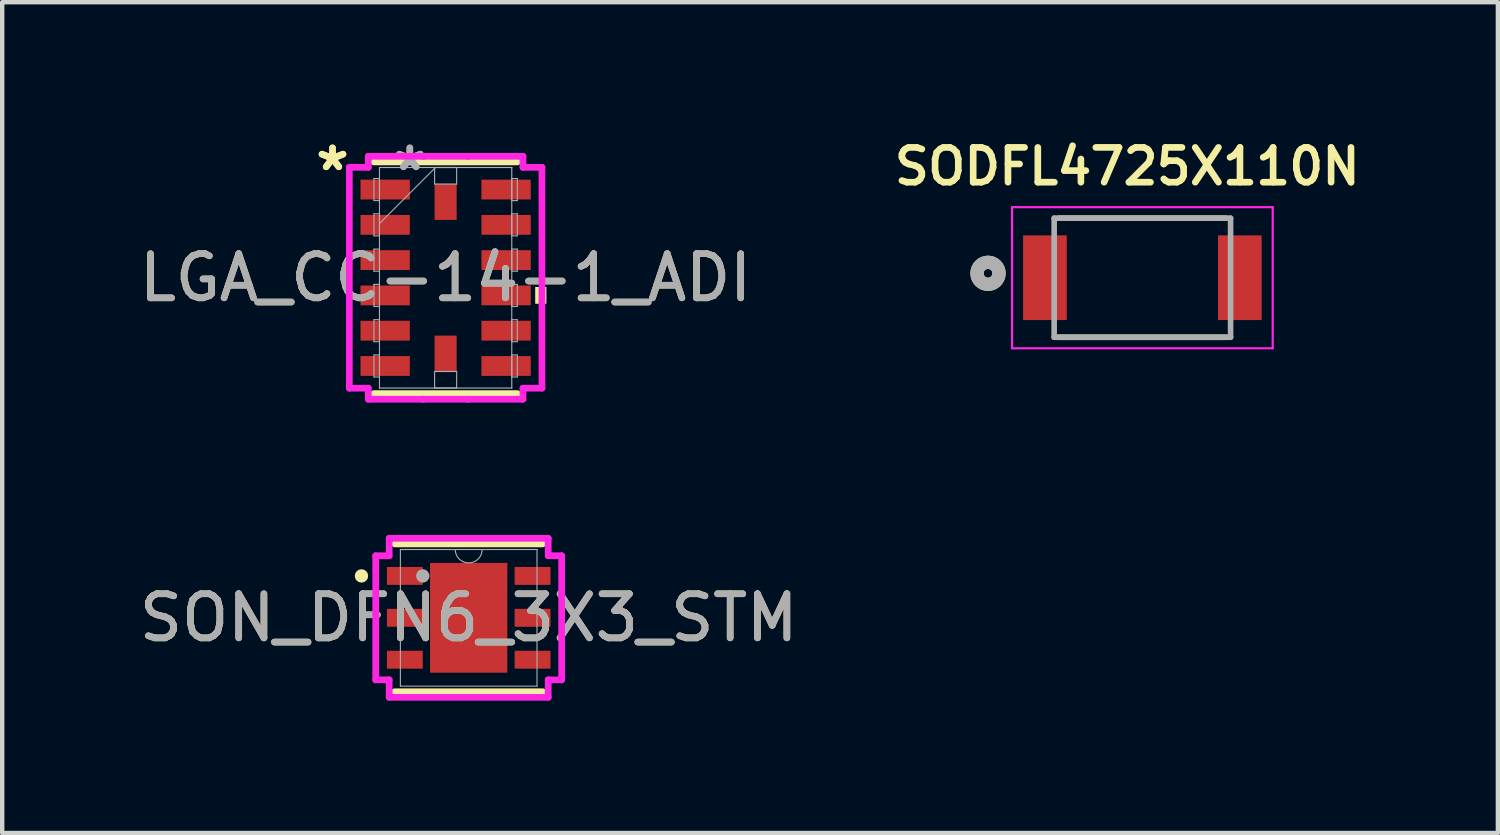
<source format=kicad_pcb>
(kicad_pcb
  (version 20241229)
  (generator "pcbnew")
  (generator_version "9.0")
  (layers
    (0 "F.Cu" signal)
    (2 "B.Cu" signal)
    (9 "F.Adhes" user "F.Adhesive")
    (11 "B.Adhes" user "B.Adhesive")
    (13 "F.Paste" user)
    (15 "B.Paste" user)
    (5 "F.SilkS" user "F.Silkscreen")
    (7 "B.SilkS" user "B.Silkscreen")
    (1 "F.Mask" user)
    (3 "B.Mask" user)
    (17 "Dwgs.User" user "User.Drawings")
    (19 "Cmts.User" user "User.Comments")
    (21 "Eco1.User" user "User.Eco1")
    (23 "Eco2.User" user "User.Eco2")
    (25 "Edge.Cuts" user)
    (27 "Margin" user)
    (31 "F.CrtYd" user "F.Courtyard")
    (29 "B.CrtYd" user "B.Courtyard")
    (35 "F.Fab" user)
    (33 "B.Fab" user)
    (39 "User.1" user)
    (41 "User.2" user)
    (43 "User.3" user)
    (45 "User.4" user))
  (footprint "LGA_CC-14-1_ADI"
    (layer "F.Cu")
    (at 7.054 3.248)
    (property "Reference" "LGA_CC-14-1_ADI" (at 0 0 0) (unlocked yes) (layer "F.SilkS") (effects (font (size 1 1) (thickness 0.15))))
    (attr smd)
    (fp_line (start -1.627 2.627) (end 1.627 2.627) (stroke (width 0.152) (type solid)) (layer "F.SilkS"))
    (fp_line (start 1.627 -2.627) (end -1.627 -2.627) (stroke (width 0.152) (type solid)) (layer "F.SilkS"))
    (fp_poly (pts (xy 2.285 0.209) (xy 2.285 0.59) (xy 2.031 0.59) (xy 2.031 0.209)) (stroke (width 0) (type solid)) (fill yes) (layer "F.SilkS"))
    (fp_line (start -2.184 -2.504) (end -1.754 -2.504) (stroke (width 0.152) (type solid)) (layer "F.CrtYd"))
    (fp_line (start -2.184 2.504) (end -2.184 -2.504) (stroke (width 0.152) (type solid)) (layer "F.CrtYd"))
    (fp_line (start -1.754 -2.754) (end -0.504 -2.754) (stroke (width 0.152) (type solid)) (layer "F.CrtYd"))
    (fp_line (start -1.754 -2.504) (end -1.754 -2.754) (stroke (width 0.152) (type solid)) (layer "F.CrtYd"))
    (fp_line (start -1.754 2.504) (end -2.184 2.504) (stroke (width 0.152) (type solid)) (layer "F.CrtYd"))
    (fp_line (start -1.754 2.754) (end -1.754 2.504) (stroke (width 0.152) (type solid)) (layer "F.CrtYd"))
    (fp_line (start -0.504 -2.754) (end -0.504 -2.754) (stroke (width 0.152) (type solid)) (layer "F.CrtYd"))
    (fp_line (start -0.504 -2.754) (end 0.504 -2.754) (stroke (width 0.152) (type solid)) (layer "F.CrtYd"))
    (fp_line (start -0.504 2.754) (end -1.754 2.754) (stroke (width 0.152) (type solid)) (layer "F.CrtYd"))
    (fp_line (start -0.504 2.754) (end -0.504 2.754) (stroke (width 0.152) (type solid)) (layer "F.CrtYd"))
    (fp_line (start 0.504 -2.754) (end 0.504 -2.754) (stroke (width 0.152) (type solid)) (layer "F.CrtYd"))
    (fp_line (start 0.504 -2.754) (end 1.754 -2.754) (stroke (width 0.152) (type solid)) (layer "F.CrtYd"))
    (fp_line (start 0.504 2.754) (end -0.504 2.754) (stroke (width 0.152) (type solid)) (layer "F.CrtYd"))
    (fp_line (start 0.504 2.754) (end 0.504 2.754) (stroke (width 0.152) (type solid)) (layer "F.CrtYd"))
    (fp_line (start 1.754 -2.754) (end 1.754 -2.504) (stroke (width 0.152) (type solid)) (layer "F.CrtYd"))
    (fp_line (start 1.754 -2.504) (end 2.184 -2.504) (stroke (width 0.152) (type solid)) (layer "F.CrtYd"))
    (fp_line (start 1.754 2.504) (end 1.754 2.754) (stroke (width 0.152) (type solid)) (layer "F.CrtYd"))
    (fp_line (start 1.754 2.754) (end 0.504 2.754) (stroke (width 0.152) (type solid)) (layer "F.CrtYd"))
    (fp_line (start 2.184 -2.504) (end 2.184 2.504) (stroke (width 0.152) (type solid)) (layer "F.CrtYd"))
    (fp_line (start 2.184 2.504) (end 1.754 2.504) (stroke (width 0.152) (type solid)) (layer "F.CrtYd"))
    (fp_line (start -1.625 -2.25) (end -1.625 -1.75) (stroke (width 0.025) (type solid)) (layer "F.Fab"))
    (fp_line (start -1.625 -1.75) (end -1.5 -1.75) (stroke (width 0.025) (type solid)) (layer "F.Fab"))
    (fp_line (start -1.625 -1.45) (end -1.625 -0.95) (stroke (width 0.025) (type solid)) (layer "F.Fab"))
    (fp_line (start -1.625 -0.95) (end -1.5 -0.95) (stroke (width 0.025) (type solid)) (layer "F.Fab"))
    (fp_line (start -1.625 -0.65) (end -1.625 -0.15) (stroke (width 0.025) (type solid)) (layer "F.Fab"))
    (fp_line (start -1.625 -0.15) (end -1.5 -0.15) (stroke (width 0.025) (type solid)) (layer "F.Fab"))
    (fp_line (start -1.625 0.15) (end -1.625 0.65) (stroke (width 0.025) (type solid)) (layer "F.Fab"))
    (fp_line (start -1.625 0.65) (end -1.5 0.65) (stroke (width 0.025) (type solid)) (layer "F.Fab"))
    (fp_line (start -1.625 0.95) (end -1.625 1.45) (stroke (width 0.025) (type solid)) (layer "F.Fab"))
    (fp_line (start -1.625 1.45) (end -1.5 1.45) (stroke (width 0.025) (type solid)) (layer "F.Fab"))
    (fp_line (start -1.625 1.75) (end -1.625 2.25) (stroke (width 0.025) (type solid)) (layer "F.Fab"))
    (fp_line (start -1.625 2.25) (end -1.5 2.25) (stroke (width 0.025) (type solid)) (layer "F.Fab"))
    (fp_line (start -1.5 -2.5) (end -1.5 -2.5) (stroke (width 0.025) (type solid)) (layer "F.Fab"))
    (fp_line (start -1.5 -2.5) (end -1.5 2.5) (stroke (width 0.025) (type solid)) (layer "F.Fab"))
    (fp_line (start -1.5 -2.25) (end -1.625 -2.25) (stroke (width 0.025) (type solid)) (layer "F.Fab"))
    (fp_line (start -1.5 -1.75) (end -1.5 -2.25) (stroke (width 0.025) (type solid)) (layer "F.Fab"))
    (fp_line (start -1.5 -1.45) (end -1.625 -1.45) (stroke (width 0.025) (type solid)) (layer "F.Fab"))
    (fp_line (start -1.5 -1.23) (end -0.23 -2.5) (stroke (width 0.025) (type solid)) (layer "F.Fab"))
    (fp_line (start -1.5 -0.95) (end -1.5 -1.45) (stroke (width 0.025) (type solid)) (layer "F.Fab"))
    (fp_line (start -1.5 -0.65) (end -1.625 -0.65) (stroke (width 0.025) (type solid)) (layer "F.Fab"))
    (fp_line (start -1.5 -0.15) (end -1.5 -0.65) (stroke (width 0.025) (type solid)) (layer "F.Fab"))
    (fp_line (start -1.5 0.15) (end -1.625 0.15) (stroke (width 0.025) (type solid)) (layer "F.Fab"))
    (fp_line (start -1.5 0.65) (end -1.5 0.15) (stroke (width 0.025) (type solid)) (layer "F.Fab"))
    (fp_line (start -1.5 0.95) (end -1.625 0.95) (stroke (width 0.025) (type solid)) (layer "F.Fab"))
    (fp_line (start -1.5 1.45) (end -1.5 0.95) (stroke (width 0.025) (type solid)) (layer "F.Fab"))
    (fp_line (start -1.5 1.75) (end -1.625 1.75) (stroke (width 0.025) (type solid)) (layer "F.Fab"))
    (fp_line (start -1.5 2.25) (end -1.5 1.75) (stroke (width 0.025) (type solid)) (layer "F.Fab"))
    (fp_line (start -1.5 2.5) (end -1.5 2.5) (stroke (width 0.025) (type solid)) (layer "F.Fab"))
    (fp_line (start -1.5 2.5) (end 1.5 2.5) (stroke (width 0.025) (type solid)) (layer "F.Fab"))
    (fp_line (start -0.25 -2.5) (end 0.25 -2.5) (stroke (width 0.025) (type solid)) (layer "F.Fab"))
    (fp_line (start -0.25 -2.125) (end -0.25 -2.5) (stroke (width 0.025) (type solid)) (layer "F.Fab"))
    (fp_line (start -0.25 2.125) (end 0.25 2.125) (stroke (width 0.025) (type solid)) (layer "F.Fab"))
    (fp_line (start -0.25 2.5) (end -0.25 2.125) (stroke (width 0.025) (type solid)) (layer "F.Fab"))
    (fp_line (start 0.25 -2.5) (end 0.25 -2.125) (stroke (width 0.025) (type solid)) (layer "F.Fab"))
    (fp_line (start 0.25 -2.125) (end -0.25 -2.125) (stroke (width 0.025) (type solid)) (layer "F.Fab"))
    (fp_line (start 0.25 2.125) (end 0.25 2.5) (stroke (width 0.025) (type solid)) (layer "F.Fab"))
    (fp_line (start 0.25 2.5) (end -0.25 2.5) (stroke (width 0.025) (type solid)) (layer "F.Fab"))
    (fp_line (start 1.5 -2.5) (end -1.5 -2.5) (stroke (width 0.025) (type solid)) (layer "F.Fab"))
    (fp_line (start 1.5 -2.5) (end 1.5 -2.5) (stroke (width 0.025) (type solid)) (layer "F.Fab"))
    (fp_line (start 1.5 -2.25) (end 1.5 -1.75) (stroke (width 0.025) (type solid)) (layer "F.Fab"))
    (fp_line (start 1.5 -1.75) (end 1.625 -1.75) (stroke (width 0.025) (type solid)) (layer "F.Fab"))
    (fp_line (start 1.5 -1.45) (end 1.5 -0.95) (stroke (width 0.025) (type solid)) (layer "F.Fab"))
    (fp_line (start 1.5 -0.95) (end 1.625 -0.95) (stroke (width 0.025) (type solid)) (layer "F.Fab"))
    (fp_line (start 1.5 -0.65) (end 1.5 -0.15) (stroke (width 0.025) (type solid)) (layer "F.Fab"))
    (fp_line (start 1.5 -0.15) (end 1.625 -0.15) (stroke (width 0.025) (type solid)) (layer "F.Fab"))
    (fp_line (start 1.5 0.15) (end 1.5 0.65) (stroke (width 0.025) (type solid)) (layer "F.Fab"))
    (fp_line (start 1.5 0.65) (end 1.625 0.65) (stroke (width 0.025) (type solid)) (layer "F.Fab"))
    (fp_line (start 1.5 0.95) (end 1.5 1.45) (stroke (width 0.025) (type solid)) (layer "F.Fab"))
    (fp_line (start 1.5 1.45) (end 1.625 1.45) (stroke (width 0.025) (type solid)) (layer "F.Fab"))
    (fp_line (start 1.5 1.75) (end 1.5 2.25) (stroke (width 0.025) (type solid)) (layer "F.Fab"))
    (fp_line (start 1.5 2.25) (end 1.625 2.25) (stroke (width 0.025) (type solid)) (layer "F.Fab"))
    (fp_line (start 1.5 2.5) (end 1.5 -2.5) (stroke (width 0.025) (type solid)) (layer "F.Fab"))
    (fp_line (start 1.5 2.5) (end 1.5 2.5) (stroke (width 0.025) (type solid)) (layer "F.Fab"))
    (fp_line (start 1.625 -2.25) (end 1.5 -2.25) (stroke (width 0.025) (type solid)) (layer "F.Fab"))
    (fp_line (start 1.625 -1.75) (end 1.625 -2.25) (stroke (width 0.025) (type solid)) (layer "F.Fab"))
    (fp_line (start 1.625 -1.45) (end 1.5 -1.45) (stroke (width 0.025) (type solid)) (layer "F.Fab"))
    (fp_line (start 1.625 -0.95) (end 1.625 -1.45) (stroke (width 0.025) (type solid)) (layer "F.Fab"))
    (fp_line (start 1.625 -0.65) (end 1.5 -0.65) (stroke (width 0.025) (type solid)) (layer "F.Fab"))
    (fp_line (start 1.625 -0.15) (end 1.625 -0.65) (stroke (width 0.025) (type solid)) (layer "F.Fab"))
    (fp_line (start 1.625 0.15) (end 1.5 0.15) (stroke (width 0.025) (type solid)) (layer "F.Fab"))
    (fp_line (start 1.625 0.65) (end 1.625 0.15) (stroke (width 0.025) (type solid)) (layer "F.Fab"))
    (fp_line (start 1.625 0.95) (end 1.5 0.95) (stroke (width 0.025) (type solid)) (layer "F.Fab"))
    (fp_line (start 1.625 1.45) (end 1.625 0.95) (stroke (width 0.025) (type solid)) (layer "F.Fab"))
    (fp_line (start 1.625 1.75) (end 1.5 1.75) (stroke (width 0.025) (type solid)) (layer "F.Fab"))
    (fp_line (start 1.625 2.25) (end 1.625 1.75) (stroke (width 0.025) (type solid)) (layer "F.Fab"))
    (fp_text user "*" (at -2.565 -2.4 0) (unlocked yes) (layer "F.SilkS") (effects (font (size 1 1) (thickness 0.15))))
    (fp_text user "*" (at -2.565 -2.4 0) (layer "F.SilkS") (effects (font (size 1 1) (thickness 0.15))))
    (fp_text user "*" (at -0.812 -2.4 0) (layer "F.Fab") (effects (font (size 1 1) (thickness 0.15))))
    (fp_text user "${REFERENCE}" (at 0 0 0) (unlocked yes) (layer "F.Fab") (effects (font (size 1 1) (thickness 0.15))))
    (fp_text user "*" (at -0.812 -2.4 0) (unlocked yes) (layer "F.Fab") (effects (font (size 1 1) (thickness 0.15))))
    (pad "1" smd rect (at -1.371 -2 90) (size 0.449 1.118) (layers "F.Cu" "F.Mask" "F.Paste"))
    (pad "2" smd rect (at -1.371 -1.2 90) (size 0.449 1.118) (layers "F.Cu" "F.Mask" "F.Paste"))
    (pad "3" smd rect (at -1.371 -0.4 90) (size 0.449 1.118) (layers "F.Cu" "F.Mask" "F.Paste"))
    (pad "4" smd rect (at -1.371 0.4 90) (size 0.449 1.118) (layers "F.Cu" "F.Mask" "F.Paste"))
    (pad "5" smd rect (at -1.371 1.2 90) (size 0.449 1.118) (layers "F.Cu" "F.Mask" "F.Paste"))
    (pad "6" smd rect (at -1.371 2 90) (size 0.449 1.118) (layers "F.Cu" "F.Mask" "F.Paste"))
    (pad "7" smd rect (at 0 1.718) (size 0.5 0.813) (layers "F.Cu" "F.Mask" "F.Paste"))
    (pad "8" smd rect (at 1.371 2 90) (size 0.449 1.118) (layers "F.Cu" "F.Mask" "F.Paste"))
    (pad "9" smd rect (at 1.371 1.2 90) (size 0.449 1.118) (layers "F.Cu" "F.Mask" "F.Paste"))
    (pad "10" smd rect (at 1.371 0.4 90) (size 0.449 1.118) (layers "F.Cu" "F.Mask" "F.Paste"))
    (pad "11" smd rect (at 1.371 -0.4 90) (size 0.449 1.118) (layers "F.Cu" "F.Mask" "F.Paste"))
    (pad "12" smd rect (at 1.371 -1.2 90) (size 0.449 1.118) (layers "F.Cu" "F.Mask" "F.Paste"))
    (pad "13" smd rect (at 1.371 -2 90) (size 0.449 1.118) (layers "F.Cu" "F.Mask" "F.Paste"))
    (pad "14" smd rect (at 0 -1.718) (size 0.5 0.813) (layers "F.Cu" "F.Mask" "F.Paste")))
  (footprint "SON_DFN6_3X3_STM"
    (layer "F.Cu")
    (at 7.577 10.958)
    (property "Reference" "SON_DFN6_3X3_STM" (at 0 0 0) (unlocked yes) (layer "F.SilkS") (effects (font (size 1 1) (thickness 0.15))))
    (attr smd)
    (fp_line (start -1.676 1.676) (end 1.676 1.676) (stroke (width 0.152) (type solid)) (layer "F.SilkS"))
    (fp_line (start 1.676 -1.676) (end -1.676 -1.676) (stroke (width 0.152) (type solid)) (layer "F.SilkS"))
    (fp_circle (center -2.431 -0.95) (end -2.355 -0.95) (stroke (width 0.152) (type solid)) (fill no) (layer "F.SilkS"))
    (fp_line (start -2.108 -1.407) (end -1.803 -1.407) (stroke (width 0.152) (type solid)) (layer "F.CrtYd"))
    (fp_line (start -2.108 1.407) (end -2.108 -1.407) (stroke (width 0.152) (type solid)) (layer "F.CrtYd"))
    (fp_line (start -2.108 1.407) (end -1.803 1.407) (stroke (width 0.152) (type solid)) (layer "F.CrtYd"))
    (fp_line (start -1.803 -1.803) (end 1.803 -1.803) (stroke (width 0.152) (type solid)) (layer "F.CrtYd"))
    (fp_line (start -1.803 -1.407) (end -1.803 -1.803) (stroke (width 0.152) (type solid)) (layer "F.CrtYd"))
    (fp_line (start -1.803 1.803) (end -1.803 1.407) (stroke (width 0.152) (type solid)) (layer "F.CrtYd"))
    (fp_line (start 1.803 -1.803) (end 1.803 -1.407) (stroke (width 0.152) (type solid)) (layer "F.CrtYd"))
    (fp_line (start 1.803 1.407) (end 1.803 1.803) (stroke (width 0.152) (type solid)) (layer "F.CrtYd"))
    (fp_line (start 1.803 1.803) (end -1.803 1.803) (stroke (width 0.152) (type solid)) (layer "F.CrtYd"))
    (fp_line (start 2.108 -1.407) (end 1.803 -1.407) (stroke (width 0.152) (type solid)) (layer "F.CrtYd"))
    (fp_line (start 2.108 -1.407) (end 2.108 1.407) (stroke (width 0.152) (type solid)) (layer "F.CrtYd"))
    (fp_line (start 2.108 1.407) (end 1.803 1.407) (stroke (width 0.152) (type solid)) (layer "F.CrtYd"))
    (fp_line (start -1.549 -1.549) (end -1.549 1.549) (stroke (width 0.025) (type solid)) (layer "F.Fab"))
    (fp_line (start -1.549 1.549) (end 1.549 1.549) (stroke (width 0.025) (type solid)) (layer "F.Fab"))
    (fp_line (start 1.549 -1.549) (end -1.549 -1.549) (stroke (width 0.025) (type solid)) (layer "F.Fab"))
    (fp_line (start 1.549 1.549) (end 1.549 -1.549) (stroke (width 0.025) (type solid)) (layer "F.Fab"))
    (fp_arc (start 0.3048 -1.5494) (mid 0 -1.2446) (end -0.3048 -1.5494) (stroke (width 0.0254) (type solid)) (layer "F.Fab"))
    (fp_circle (center -1.041 -0.95) (end -0.965 -0.95) (stroke (width 0.152) (type solid)) (fill no) (layer "F.Fab"))
    (fp_text user "${REFERENCE}" (at 0 0 0) (unlocked yes) (layer "F.Fab") (effects (font (size 1 1) (thickness 0.15))))
    (pad "1" smd rect (at -1.448 -0.95) (size 0.813 0.406) (layers "F.Cu" "F.Mask" "F.Paste"))
    (pad "2" smd rect (at -1.448 0) (size 0.813 0.406) (layers "F.Cu" "F.Mask" "F.Paste"))
    (pad "3" smd rect (at -1.448 0.95) (size 0.813 0.406) (layers "F.Cu" "F.Mask" "F.Paste"))
    (pad "4" smd rect (at 1.448 0.95) (size 0.813 0.406) (layers "F.Cu" "F.Mask" "F.Paste"))
    (pad "5" smd rect (at 1.448 0) (size 0.813 0.406) (layers "F.Cu" "F.Mask" "F.Paste"))
    (pad "6" smd rect (at 1.448 -0.95) (size 0.813 0.406) (layers "F.Cu" "F.Mask" "F.Paste"))
    (pad "7" smd rect (at 0 0) (size 1.753 2.489) (layers "F.Cu" "F.Mask" "F.Paste")))
  (footprint "SODFL4725X110N"
    (layer "F.Cu")
    (at 22.852 3.247)
    (property "Reference" "SODFL4725X110N" (at -0.342 -2.523 0) (layer "F.SilkS") (effects (font (size 0.789 0.789) (thickness 0.15))))
    (attr smd)
    (fp_line (start -1.9 -1.35) (end 1.9 -1.35) (stroke (width 0.127) (type solid)) (layer "F.SilkS"))
    (fp_line (start -1.9 1.35) (end 1.9 1.35) (stroke (width 0.127) (type solid)) (layer "F.SilkS"))
    (fp_circle (center -3.5 -0.1) (end -3.4 -0.1) (stroke (width 0.3) (type solid)) (fill no) (layer "F.SilkS"))
    (fp_line (start -2.955 -1.6) (end 2.955 -1.6) (stroke (width 0.05) (type solid)) (layer "F.CrtYd"))
    (fp_line (start -2.955 1.6) (end -2.955 -1.6) (stroke (width 0.05) (type solid)) (layer "F.CrtYd"))
    (fp_line (start 2.955 -1.6) (end 2.955 1.6) (stroke (width 0.05) (type solid)) (layer "F.CrtYd"))
    (fp_line (start 2.955 1.6) (end -2.955 1.6) (stroke (width 0.05) (type solid)) (layer "F.CrtYd"))
    (fp_line (start -2 -1.35) (end 2 -1.35) (stroke (width 0.127) (type solid)) (layer "F.Fab"))
    (fp_line (start -2 1.35) (end -2 -1.35) (stroke (width 0.127) (type solid)) (layer "F.Fab"))
    (fp_line (start 2 -1.35) (end 2 1.35) (stroke (width 0.127) (type solid)) (layer "F.Fab"))
    (fp_line (start 2 1.35) (end -2 1.35) (stroke (width 0.127) (type solid)) (layer "F.Fab"))
    (fp_circle (center -3.5 -0.1) (end -3.4 -0.1) (stroke (width 0.3) (type solid)) (fill no) (layer "F.Fab"))
    (pad "1" smd rect (at -2.21 0) (size 0.99 1.92) (layers "F.Cu" "F.Mask" "F.Paste"))
    (pad "2" smd rect (at 2.21 0) (size 0.99 1.92) (layers "F.Cu" "F.Mask" "F.Paste")))
  (gr_rect
    (start -3 -3)
    (end 30.913 15.838)
    (stroke (width 0.1) (type default))
    (fill no)
    (layer "Edge.Cuts")))
</source>
